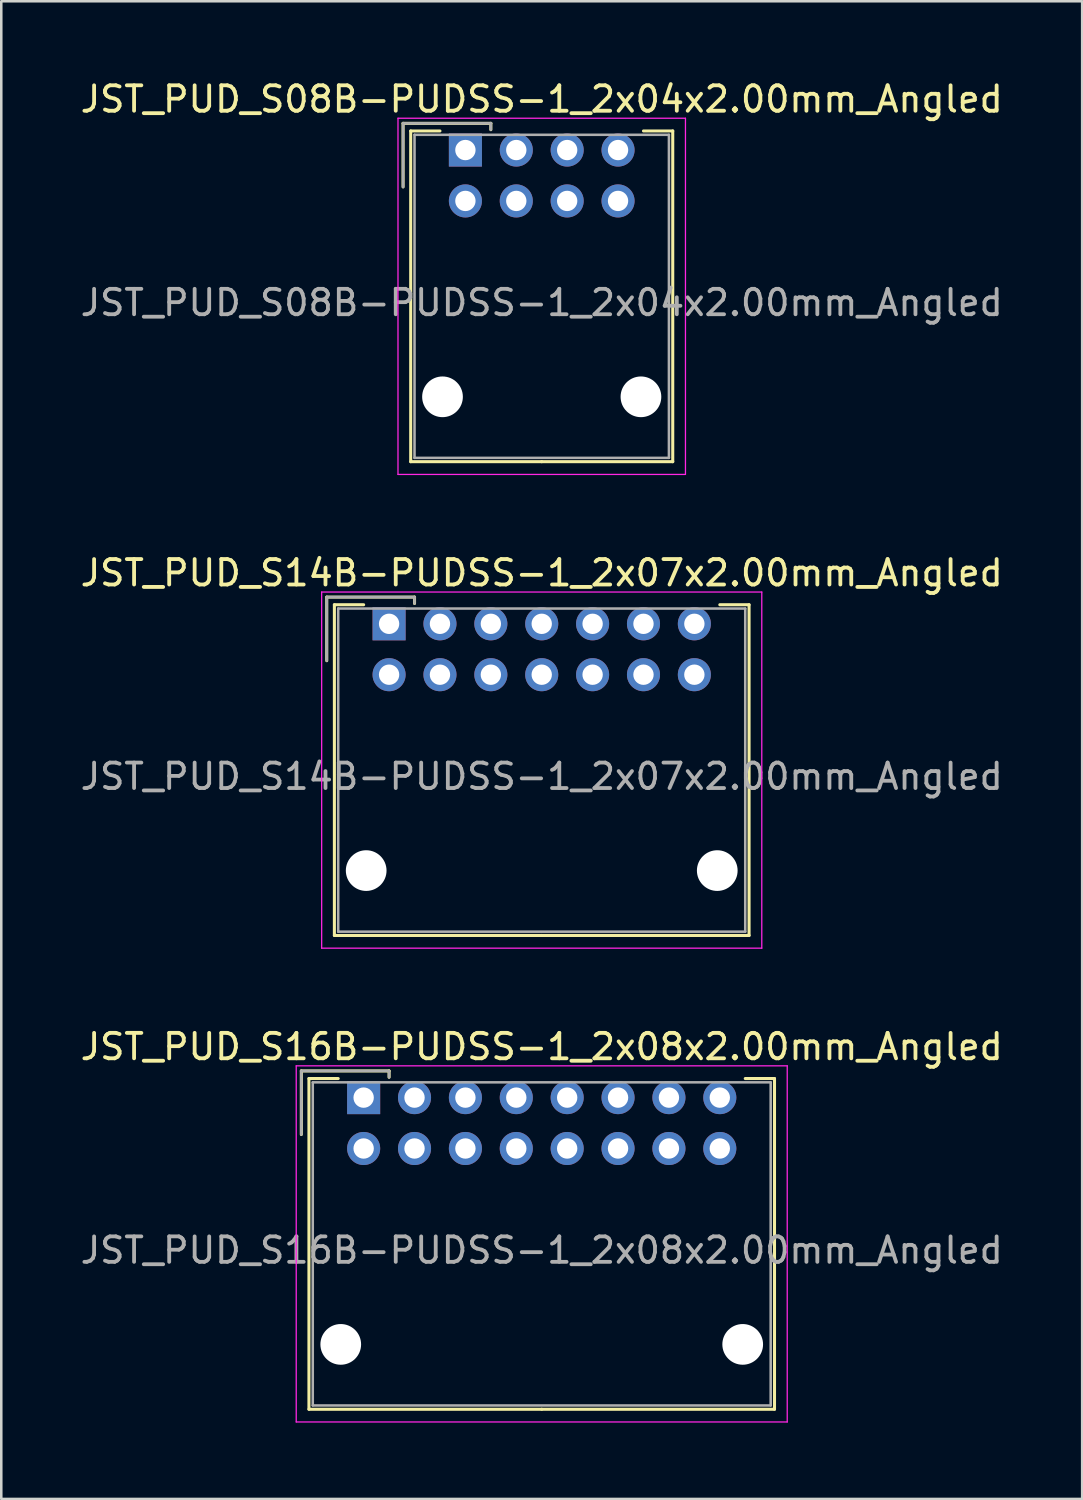
<source format=kicad_pcb>
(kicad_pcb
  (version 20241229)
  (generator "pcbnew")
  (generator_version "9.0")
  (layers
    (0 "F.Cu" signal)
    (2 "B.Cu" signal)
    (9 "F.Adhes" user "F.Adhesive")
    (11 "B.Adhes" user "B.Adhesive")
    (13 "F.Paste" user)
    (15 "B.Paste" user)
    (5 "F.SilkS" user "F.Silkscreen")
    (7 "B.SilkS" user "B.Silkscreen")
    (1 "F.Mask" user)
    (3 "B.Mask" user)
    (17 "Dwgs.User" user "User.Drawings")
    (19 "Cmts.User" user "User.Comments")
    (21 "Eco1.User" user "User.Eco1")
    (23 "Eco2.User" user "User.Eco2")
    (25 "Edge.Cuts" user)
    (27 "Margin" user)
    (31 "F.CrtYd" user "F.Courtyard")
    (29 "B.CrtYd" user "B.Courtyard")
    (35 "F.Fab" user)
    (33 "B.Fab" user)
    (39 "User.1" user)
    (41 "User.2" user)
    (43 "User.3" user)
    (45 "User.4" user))
  (footprint "JST_PUD_S16B-PUDSS-1_2x08x2.00mm_Angled"
    (layer "F.Cu")
    (at 11.244 40.095)
    (property "Reference" "JST_PUD_S16B-PUDSS-1_2x08x2.00mm_Angled" (at 7 -2 0) (layer "F.SilkS") (effects (font (size 1 1) (thickness 0.15))))
    (attr through_hole)
    (fp_line (start -2.45 -1.05) (end -2.45 1.45) (stroke (width 0.12) (type solid)) (layer "F.SilkS"))
    (fp_line (start -2.15 -0.75) (end -2.15 12.25) (stroke (width 0.12) (type solid)) (layer "F.SilkS"))
    (fp_line (start -2.15 12.25) (end 7 12.25) (stroke (width 0.12) (type solid)) (layer "F.SilkS"))
    (fp_line (start -1 -0.75) (end -2.15 -0.75) (stroke (width 0.12) (type solid)) (layer "F.SilkS"))
    (fp_line (start 1 -1.05) (end -2.45 -1.05) (stroke (width 0.12) (type solid)) (layer "F.SilkS"))
    (fp_line (start 1 -0.8) (end 1 -1.05) (stroke (width 0.12) (type solid)) (layer "F.SilkS"))
    (fp_line (start 15 -0.75) (end 16.15 -0.75) (stroke (width 0.12) (type solid)) (layer "F.SilkS"))
    (fp_line (start 16.15 -0.75) (end 16.15 12.25) (stroke (width 0.12) (type solid)) (layer "F.SilkS"))
    (fp_line (start 16.15 12.25) (end 7 12.25) (stroke (width 0.12) (type solid)) (layer "F.SilkS"))
    (fp_line (start -2.65 -1.25) (end -2.65 12.75) (stroke (width 0.05) (type solid)) (layer "F.CrtYd"))
    (fp_line (start -2.65 12.75) (end 16.65 12.75) (stroke (width 0.05) (type solid)) (layer "F.CrtYd"))
    (fp_line (start 16.65 -1.25) (end -2.65 -1.25) (stroke (width 0.05) (type solid)) (layer "F.CrtYd"))
    (fp_line (start 16.65 12.75) (end 16.65 -1.25) (stroke (width 0.05) (type solid)) (layer "F.CrtYd"))
    (fp_line (start -2.45 -1.05) (end -2.45 1.45) (stroke (width 0.1) (type solid)) (layer "F.Fab"))
    (fp_line (start -2 -0.6) (end -2 12.1) (stroke (width 0.1) (type solid)) (layer "F.Fab"))
    (fp_line (start -2 12.1) (end 16 12.1) (stroke (width 0.1) (type solid)) (layer "F.Fab"))
    (fp_line (start 1 -1.05) (end -2.45 -1.05) (stroke (width 0.1) (type solid)) (layer "F.Fab"))
    (fp_line (start 1 -0.8) (end 1 -1.05) (stroke (width 0.1) (type solid)) (layer "F.Fab"))
    (fp_line (start 16 -0.6) (end -2 -0.6) (stroke (width 0.1) (type solid)) (layer "F.Fab"))
    (fp_line (start 16 12.1) (end 16 -0.6) (stroke (width 0.1) (type solid)) (layer "F.Fab"))
    (fp_text user "${REFERENCE}" (at 7 6 0) (layer "F.Fab") (effects (font (size 1 1) (thickness 0.15))))
    (pad "" np_thru_hole circle (at -0.9 9.7) (size 1.6 1.6) (drill 1.6) (layers "*.Cu"))
    (pad "" np_thru_hole circle (at 14.9 9.7) (size 1.6 1.6) (drill 1.6) (layers "*.Cu"))
    (pad "1" thru_hole rect (at 0 0) (size 1.3 1.3) (drill 0.8) (layers "*.Cu" "*.Mask"))
    (pad "2" thru_hole circle (at 0 2) (size 1.3 1.3) (drill 0.8) (layers "*.Cu" "*.Mask"))
    (pad "3" thru_hole circle (at 2 0) (size 1.3 1.3) (drill 0.8) (layers "*.Cu" "*.Mask"))
    (pad "4" thru_hole circle (at 2 2) (size 1.3 1.3) (drill 0.8) (layers "*.Cu" "*.Mask"))
    (pad "5" thru_hole circle (at 4 0) (size 1.3 1.3) (drill 0.8) (layers "*.Cu" "*.Mask"))
    (pad "6" thru_hole circle (at 4 2) (size 1.3 1.3) (drill 0.8) (layers "*.Cu" "*.Mask"))
    (pad "7" thru_hole circle (at 6 0) (size 1.3 1.3) (drill 0.8) (layers "*.Cu" "*.Mask"))
    (pad "8" thru_hole circle (at 6 2) (size 1.3 1.3) (drill 0.8) (layers "*.Cu" "*.Mask"))
    (pad "9" thru_hole circle (at 8 0) (size 1.3 1.3) (drill 0.8) (layers "*.Cu" "*.Mask"))
    (pad "10" thru_hole circle (at 8 2) (size 1.3 1.3) (drill 0.8) (layers "*.Cu" "*.Mask"))
    (pad "11" thru_hole circle (at 10 0) (size 1.3 1.3) (drill 0.8) (layers "*.Cu" "*.Mask"))
    (pad "12" thru_hole circle (at 10 2) (size 1.3 1.3) (drill 0.8) (layers "*.Cu" "*.Mask"))
    (pad "13" thru_hole circle (at 12 0) (size 1.3 1.3) (drill 0.8) (layers "*.Cu" "*.Mask"))
    (pad "14" thru_hole circle (at 12 2) (size 1.3 1.3) (drill 0.8) (layers "*.Cu" "*.Mask"))
    (pad "15" thru_hole circle (at 14 0) (size 1.3 1.3) (drill 0.8) (layers "*.Cu" "*.Mask"))
    (pad "16" thru_hole circle (at 14 2) (size 1.3 1.3) (drill 0.8) (layers "*.Cu" "*.Mask")))
  (footprint "JST_PUD_S08B-PUDSS-1_2x04x2.00mm_Angled"
    (layer "F.Cu")
    (at 15.244 2.848)
    (property "Reference" "JST_PUD_S08B-PUDSS-1_2x04x2.00mm_Angled" (at 3 -2 0) (layer "F.SilkS") (effects (font (size 1 1) (thickness 0.15))))
    (attr through_hole)
    (fp_line (start -2.45 -1.05) (end -2.45 1.45) (stroke (width 0.12) (type solid)) (layer "F.SilkS"))
    (fp_line (start -2.15 -0.75) (end -2.15 12.25) (stroke (width 0.12) (type solid)) (layer "F.SilkS"))
    (fp_line (start -2.15 12.25) (end 3 12.25) (stroke (width 0.12) (type solid)) (layer "F.SilkS"))
    (fp_line (start -1 -0.75) (end -2.15 -0.75) (stroke (width 0.12) (type solid)) (layer "F.SilkS"))
    (fp_line (start 1 -1.05) (end -2.45 -1.05) (stroke (width 0.12) (type solid)) (layer "F.SilkS"))
    (fp_line (start 1 -0.8) (end 1 -1.05) (stroke (width 0.12) (type solid)) (layer "F.SilkS"))
    (fp_line (start 7 -0.75) (end 8.15 -0.75) (stroke (width 0.12) (type solid)) (layer "F.SilkS"))
    (fp_line (start 8.15 -0.75) (end 8.15 12.25) (stroke (width 0.12) (type solid)) (layer "F.SilkS"))
    (fp_line (start 8.15 12.25) (end 3 12.25) (stroke (width 0.12) (type solid)) (layer "F.SilkS"))
    (fp_line (start -2.65 -1.25) (end -2.65 12.75) (stroke (width 0.05) (type solid)) (layer "F.CrtYd"))
    (fp_line (start -2.65 12.75) (end 8.65 12.75) (stroke (width 0.05) (type solid)) (layer "F.CrtYd"))
    (fp_line (start 8.65 -1.25) (end -2.65 -1.25) (stroke (width 0.05) (type solid)) (layer "F.CrtYd"))
    (fp_line (start 8.65 12.75) (end 8.65 -1.25) (stroke (width 0.05) (type solid)) (layer "F.CrtYd"))
    (fp_line (start -2.45 -1.05) (end -2.45 1.45) (stroke (width 0.1) (type solid)) (layer "F.Fab"))
    (fp_line (start -2 -0.6) (end -2 12.1) (stroke (width 0.1) (type solid)) (layer "F.Fab"))
    (fp_line (start -2 12.1) (end 8 12.1) (stroke (width 0.1) (type solid)) (layer "F.Fab"))
    (fp_line (start 1 -1.05) (end -2.45 -1.05) (stroke (width 0.1) (type solid)) (layer "F.Fab"))
    (fp_line (start 1 -0.8) (end 1 -1.05) (stroke (width 0.1) (type solid)) (layer "F.Fab"))
    (fp_line (start 8 -0.6) (end -2 -0.6) (stroke (width 0.1) (type solid)) (layer "F.Fab"))
    (fp_line (start 8 12.1) (end 8 -0.6) (stroke (width 0.1) (type solid)) (layer "F.Fab"))
    (fp_text user "${REFERENCE}" (at 3 6 0) (layer "F.Fab") (effects (font (size 1 1) (thickness 0.15))))
    (pad "" np_thru_hole circle (at -0.9 9.7) (size 1.6 1.6) (drill 1.6) (layers "*.Cu"))
    (pad "" np_thru_hole circle (at 6.9 9.7) (size 1.6 1.6) (drill 1.6) (layers "*.Cu"))
    (pad "1" thru_hole rect (at 0 0) (size 1.3 1.3) (drill 0.8) (layers "*.Cu" "*.Mask"))
    (pad "2" thru_hole circle (at 0 2) (size 1.3 1.3) (drill 0.8) (layers "*.Cu" "*.Mask"))
    (pad "3" thru_hole circle (at 2 0) (size 1.3 1.3) (drill 0.8) (layers "*.Cu" "*.Mask"))
    (pad "4" thru_hole circle (at 2 2) (size 1.3 1.3) (drill 0.8) (layers "*.Cu" "*.Mask"))
    (pad "5" thru_hole circle (at 4 0) (size 1.3 1.3) (drill 0.8) (layers "*.Cu" "*.Mask"))
    (pad "6" thru_hole circle (at 4 2) (size 1.3 1.3) (drill 0.8) (layers "*.Cu" "*.Mask"))
    (pad "7" thru_hole circle (at 6 0) (size 1.3 1.3) (drill 0.8) (layers "*.Cu" "*.Mask"))
    (pad "8" thru_hole circle (at 6 2) (size 1.3 1.3) (drill 0.8) (layers "*.Cu" "*.Mask")))
  (footprint "JST_PUD_S14B-PUDSS-1_2x07x2.00mm_Angled"
    (layer "F.Cu")
    (at 12.244 21.471)
    (property "Reference" "JST_PUD_S14B-PUDSS-1_2x07x2.00mm_Angled" (at 6 -2 0) (layer "F.SilkS") (effects (font (size 1 1) (thickness 0.15))))
    (attr through_hole)
    (fp_line (start -2.45 -1.05) (end -2.45 1.45) (stroke (width 0.12) (type solid)) (layer "F.SilkS"))
    (fp_line (start -2.15 -0.75) (end -2.15 12.25) (stroke (width 0.12) (type solid)) (layer "F.SilkS"))
    (fp_line (start -2.15 12.25) (end 6 12.25) (stroke (width 0.12) (type solid)) (layer "F.SilkS"))
    (fp_line (start -1 -0.75) (end -2.15 -0.75) (stroke (width 0.12) (type solid)) (layer "F.SilkS"))
    (fp_line (start 1 -1.05) (end -2.45 -1.05) (stroke (width 0.12) (type solid)) (layer "F.SilkS"))
    (fp_line (start 1 -0.8) (end 1 -1.05) (stroke (width 0.12) (type solid)) (layer "F.SilkS"))
    (fp_line (start 13 -0.75) (end 14.15 -0.75) (stroke (width 0.12) (type solid)) (layer "F.SilkS"))
    (fp_line (start 14.15 -0.75) (end 14.15 12.25) (stroke (width 0.12) (type solid)) (layer "F.SilkS"))
    (fp_line (start 14.15 12.25) (end 6 12.25) (stroke (width 0.12) (type solid)) (layer "F.SilkS"))
    (fp_line (start -2.65 -1.25) (end -2.65 12.75) (stroke (width 0.05) (type solid)) (layer "F.CrtYd"))
    (fp_line (start -2.65 12.75) (end 14.65 12.75) (stroke (width 0.05) (type solid)) (layer "F.CrtYd"))
    (fp_line (start 14.65 -1.25) (end -2.65 -1.25) (stroke (width 0.05) (type solid)) (layer "F.CrtYd"))
    (fp_line (start 14.65 12.75) (end 14.65 -1.25) (stroke (width 0.05) (type solid)) (layer "F.CrtYd"))
    (fp_line (start -2.45 -1.05) (end -2.45 1.45) (stroke (width 0.1) (type solid)) (layer "F.Fab"))
    (fp_line (start -2 -0.6) (end -2 12.1) (stroke (width 0.1) (type solid)) (layer "F.Fab"))
    (fp_line (start -2 12.1) (end 14 12.1) (stroke (width 0.1) (type solid)) (layer "F.Fab"))
    (fp_line (start 1 -1.05) (end -2.45 -1.05) (stroke (width 0.1) (type solid)) (layer "F.Fab"))
    (fp_line (start 1 -0.8) (end 1 -1.05) (stroke (width 0.1) (type solid)) (layer "F.Fab"))
    (fp_line (start 14 -0.6) (end -2 -0.6) (stroke (width 0.1) (type solid)) (layer "F.Fab"))
    (fp_line (start 14 12.1) (end 14 -0.6) (stroke (width 0.1) (type solid)) (layer "F.Fab"))
    (fp_text user "${REFERENCE}" (at 6 6 0) (layer "F.Fab") (effects (font (size 1 1) (thickness 0.15))))
    (pad "" np_thru_hole circle (at -0.9 9.7) (size 1.6 1.6) (drill 1.6) (layers "*.Cu"))
    (pad "" np_thru_hole circle (at 12.9 9.7) (size 1.6 1.6) (drill 1.6) (layers "*.Cu"))
    (pad "1" thru_hole rect (at 0 0) (size 1.3 1.3) (drill 0.8) (layers "*.Cu" "*.Mask"))
    (pad "2" thru_hole circle (at 0 2) (size 1.3 1.3) (drill 0.8) (layers "*.Cu" "*.Mask"))
    (pad "3" thru_hole circle (at 2 0) (size 1.3 1.3) (drill 0.8) (layers "*.Cu" "*.Mask"))
    (pad "4" thru_hole circle (at 2 2) (size 1.3 1.3) (drill 0.8) (layers "*.Cu" "*.Mask"))
    (pad "5" thru_hole circle (at 4 0) (size 1.3 1.3) (drill 0.8) (layers "*.Cu" "*.Mask"))
    (pad "6" thru_hole circle (at 4 2) (size 1.3 1.3) (drill 0.8) (layers "*.Cu" "*.Mask"))
    (pad "7" thru_hole circle (at 6 0) (size 1.3 1.3) (drill 0.8) (layers "*.Cu" "*.Mask"))
    (pad "8" thru_hole circle (at 6 2) (size 1.3 1.3) (drill 0.8) (layers "*.Cu" "*.Mask"))
    (pad "9" thru_hole circle (at 8 0) (size 1.3 1.3) (drill 0.8) (layers "*.Cu" "*.Mask"))
    (pad "10" thru_hole circle (at 8 2) (size 1.3 1.3) (drill 0.8) (layers "*.Cu" "*.Mask"))
    (pad "11" thru_hole circle (at 10 0) (size 1.3 1.3) (drill 0.8) (layers "*.Cu" "*.Mask"))
    (pad "12" thru_hole circle (at 10 2) (size 1.3 1.3) (drill 0.8) (layers "*.Cu" "*.Mask"))
    (pad "13" thru_hole circle (at 12 0) (size 1.3 1.3) (drill 0.8) (layers "*.Cu" "*.Mask"))
    (pad "14" thru_hole circle (at 12 2) (size 1.3 1.3) (drill 0.8) (layers "*.Cu" "*.Mask")))
  (gr_rect
    (start -3 -3)
    (end 39.488 55.87)
    (stroke (width 0.1) (type default))
    (fill no)
    (layer "Edge.Cuts")))
</source>
